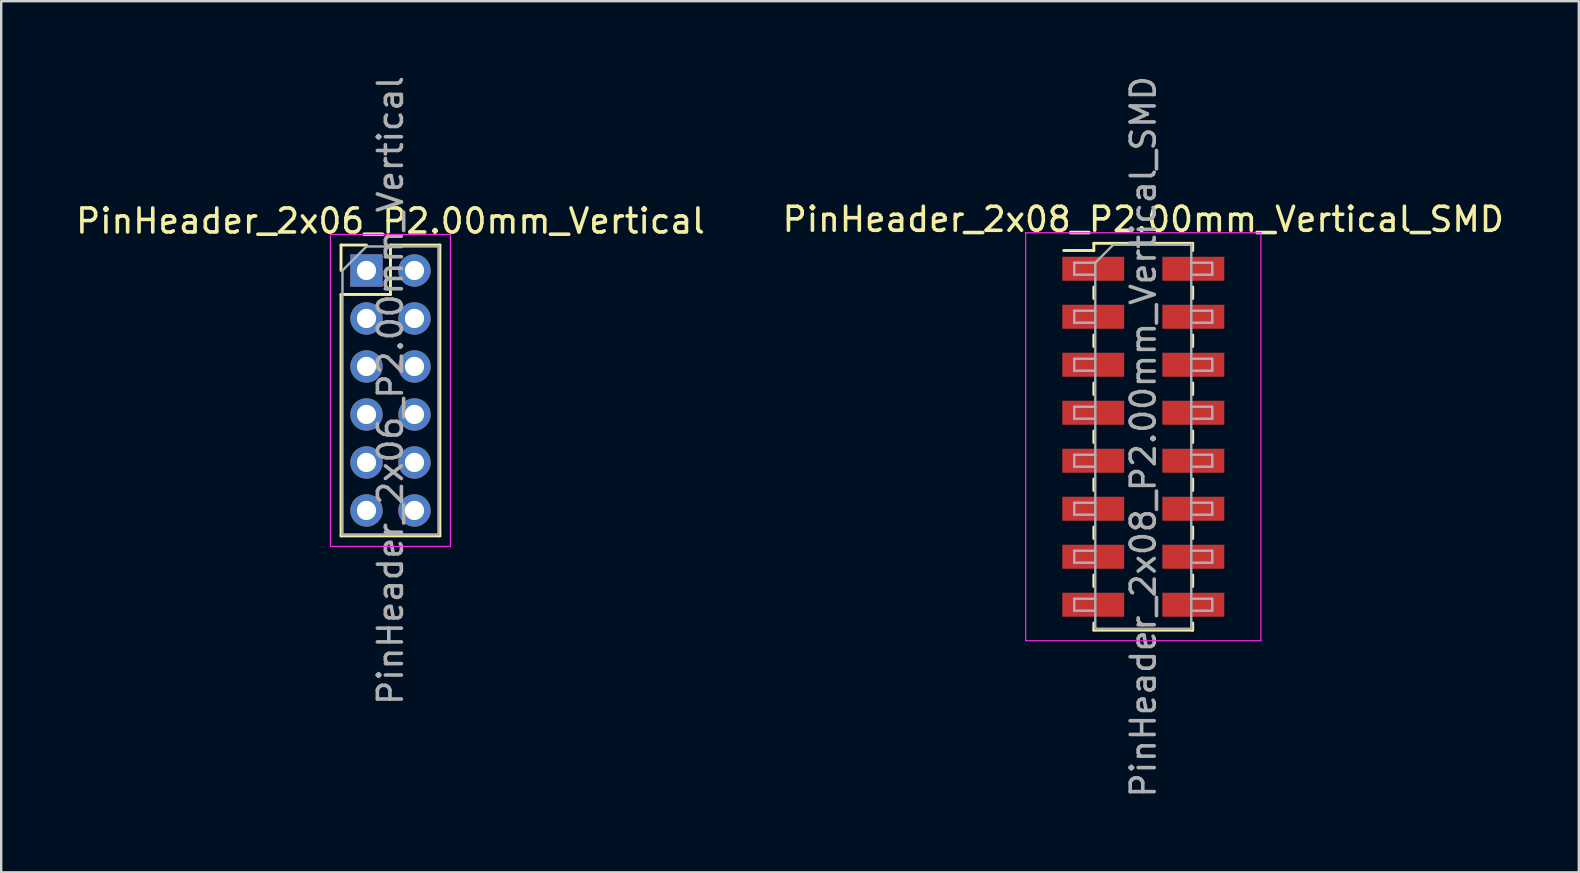
<source format=kicad_pcb>
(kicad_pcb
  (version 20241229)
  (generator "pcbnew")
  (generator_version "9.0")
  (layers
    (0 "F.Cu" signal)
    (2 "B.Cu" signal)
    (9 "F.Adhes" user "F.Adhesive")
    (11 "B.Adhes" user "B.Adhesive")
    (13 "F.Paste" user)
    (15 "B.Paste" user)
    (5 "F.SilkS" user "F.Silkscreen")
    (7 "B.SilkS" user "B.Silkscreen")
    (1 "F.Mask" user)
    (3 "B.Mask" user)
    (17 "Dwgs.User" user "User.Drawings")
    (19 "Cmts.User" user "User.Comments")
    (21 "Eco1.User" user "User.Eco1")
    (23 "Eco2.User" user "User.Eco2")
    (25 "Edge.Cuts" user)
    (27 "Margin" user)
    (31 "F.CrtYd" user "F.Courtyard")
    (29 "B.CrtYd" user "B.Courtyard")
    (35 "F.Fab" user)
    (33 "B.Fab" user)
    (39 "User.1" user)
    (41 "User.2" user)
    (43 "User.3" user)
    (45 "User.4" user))
  (footprint "PinHeader_2x06_P2.00mm_Vertical"
    (layer "F.Cu")
    (at 12.22 8.22)
    (property "Reference" "PinHeader_2x06_P2.00mm_Vertical" (at 1 -2.06 0) (layer "F.SilkS") (effects (font (size 1 1) (thickness 0.15))))
    (attr through_hole)
    (fp_line (start -1.06 -1.06) (end 0 -1.06) (stroke (width 0.12) (type solid)) (layer "F.SilkS"))
    (fp_line (start -1.06 0) (end -1.06 -1.06) (stroke (width 0.12) (type solid)) (layer "F.SilkS"))
    (fp_line (start -1.06 1) (end -1.06 11.06) (stroke (width 0.12) (type solid)) (layer "F.SilkS"))
    (fp_line (start -1.06 1) (end 1 1) (stroke (width 0.12) (type solid)) (layer "F.SilkS"))
    (fp_line (start -1.06 11.06) (end 3.06 11.06) (stroke (width 0.12) (type solid)) (layer "F.SilkS"))
    (fp_line (start 1 -1.06) (end 3.06 -1.06) (stroke (width 0.12) (type solid)) (layer "F.SilkS"))
    (fp_line (start 1 1) (end 1 -1.06) (stroke (width 0.12) (type solid)) (layer "F.SilkS"))
    (fp_line (start 3.06 -1.06) (end 3.06 11.06) (stroke (width 0.12) (type solid)) (layer "F.SilkS"))
    (fp_line (start -1.5 -1.5) (end -1.5 11.5) (stroke (width 0.05) (type solid)) (layer "F.CrtYd"))
    (fp_line (start -1.5 11.5) (end 3.5 11.5) (stroke (width 0.05) (type solid)) (layer "F.CrtYd"))
    (fp_line (start 3.5 -1.5) (end -1.5 -1.5) (stroke (width 0.05) (type solid)) (layer "F.CrtYd"))
    (fp_line (start 3.5 11.5) (end 3.5 -1.5) (stroke (width 0.05) (type solid)) (layer "F.CrtYd"))
    (fp_line (start -1 0) (end 0 -1) (stroke (width 0.1) (type solid)) (layer "F.Fab"))
    (fp_line (start -1 11) (end -1 0) (stroke (width 0.1) (type solid)) (layer "F.Fab"))
    (fp_line (start 0 -1) (end 3 -1) (stroke (width 0.1) (type solid)) (layer "F.Fab"))
    (fp_line (start 3 -1) (end 3 11) (stroke (width 0.1) (type solid)) (layer "F.Fab"))
    (fp_line (start 3 11) (end -1 11) (stroke (width 0.1) (type solid)) (layer "F.Fab"))
    (fp_text user "${REFERENCE}" (at 1 5 90) (layer "F.Fab") (effects (font (size 1 1) (thickness 0.15))))
    (pad "1" thru_hole rect (at 0 0) (size 1.35 1.35) (drill 0.8) (layers "*.Cu" "*.Mask"))
    (pad "2" thru_hole oval (at 2 0) (size 1.35 1.35) (drill 0.8) (layers "*.Cu" "*.Mask"))
    (pad "3" thru_hole oval (at 0 2) (size 1.35 1.35) (drill 0.8) (layers "*.Cu" "*.Mask"))
    (pad "4" thru_hole oval (at 2 2) (size 1.35 1.35) (drill 0.8) (layers "*.Cu" "*.Mask"))
    (pad "5" thru_hole oval (at 0 4) (size 1.35 1.35) (drill 0.8) (layers "*.Cu" "*.Mask"))
    (pad "6" thru_hole oval (at 2 4) (size 1.35 1.35) (drill 0.8) (layers "*.Cu" "*.Mask"))
    (pad "7" thru_hole oval (at 0 6) (size 1.35 1.35) (drill 0.8) (layers "*.Cu" "*.Mask"))
    (pad "8" thru_hole oval (at 2 6) (size 1.35 1.35) (drill 0.8) (layers "*.Cu" "*.Mask"))
    (pad "9" thru_hole oval (at 0 8) (size 1.35 1.35) (drill 0.8) (layers "*.Cu" "*.Mask"))
    (pad "10" thru_hole oval (at 2 8) (size 1.35 1.35) (drill 0.8) (layers "*.Cu" "*.Mask"))
    (pad "11" thru_hole oval (at 0 10) (size 1.35 1.35) (drill 0.8) (layers "*.Cu" "*.Mask"))
    (pad "12" thru_hole oval (at 2 10) (size 1.35 1.35) (drill 0.8) (layers "*.Cu" "*.Mask")))
  (footprint "PinHeader_2x08_P2.00mm_Vertical_SMD"
    (layer "F.Cu")
    (at 44.589 15.149)
    (property "Reference" "PinHeader_2x08_P2.00mm_Vertical_SMD" (at 0 -9.06 0) (layer "F.SilkS") (effects (font (size 1 1) (thickness 0.15))))
    (attr smd)
    (fp_line (start -3.315 -7.76) (end -2.06 -7.76) (stroke (width 0.12) (type solid)) (layer "F.SilkS"))
    (fp_line (start -2.06 -8.06) (end -2.06 -7.76) (stroke (width 0.12) (type solid)) (layer "F.SilkS"))
    (fp_line (start -2.06 -8.06) (end 2.06 -8.06) (stroke (width 0.12) (type solid)) (layer "F.SilkS"))
    (fp_line (start -2.06 -6.24) (end -2.06 -5.76) (stroke (width 0.12) (type solid)) (layer "F.SilkS"))
    (fp_line (start -2.06 -4.24) (end -2.06 -3.76) (stroke (width 0.12) (type solid)) (layer "F.SilkS"))
    (fp_line (start -2.06 -2.24) (end -2.06 -1.76) (stroke (width 0.12) (type solid)) (layer "F.SilkS"))
    (fp_line (start -2.06 -0.24) (end -2.06 0.24) (stroke (width 0.12) (type solid)) (layer "F.SilkS"))
    (fp_line (start -2.06 1.76) (end -2.06 2.24) (stroke (width 0.12) (type solid)) (layer "F.SilkS"))
    (fp_line (start -2.06 3.76) (end -2.06 4.24) (stroke (width 0.12) (type solid)) (layer "F.SilkS"))
    (fp_line (start -2.06 5.76) (end -2.06 6.24) (stroke (width 0.12) (type solid)) (layer "F.SilkS"))
    (fp_line (start -2.06 7.76) (end -2.06 8.06) (stroke (width 0.12) (type solid)) (layer "F.SilkS"))
    (fp_line (start -2.06 8.06) (end 2.06 8.06) (stroke (width 0.12) (type solid)) (layer "F.SilkS"))
    (fp_line (start 2.06 -8.06) (end 2.06 -7.76) (stroke (width 0.12) (type solid)) (layer "F.SilkS"))
    (fp_line (start 2.06 -6.24) (end 2.06 -5.76) (stroke (width 0.12) (type solid)) (layer "F.SilkS"))
    (fp_line (start 2.06 -4.24) (end 2.06 -3.76) (stroke (width 0.12) (type solid)) (layer "F.SilkS"))
    (fp_line (start 2.06 -2.24) (end 2.06 -1.76) (stroke (width 0.12) (type solid)) (layer "F.SilkS"))
    (fp_line (start 2.06 -0.24) (end 2.06 0.24) (stroke (width 0.12) (type solid)) (layer "F.SilkS"))
    (fp_line (start 2.06 1.76) (end 2.06 2.24) (stroke (width 0.12) (type solid)) (layer "F.SilkS"))
    (fp_line (start 2.06 3.76) (end 2.06 4.24) (stroke (width 0.12) (type solid)) (layer "F.SilkS"))
    (fp_line (start 2.06 5.76) (end 2.06 6.24) (stroke (width 0.12) (type solid)) (layer "F.SilkS"))
    (fp_line (start 2.06 7.76) (end 2.06 8.06) (stroke (width 0.12) (type solid)) (layer "F.SilkS"))
    (fp_line (start -4.9 -8.5) (end -4.9 8.5) (stroke (width 0.05) (type solid)) (layer "F.CrtYd"))
    (fp_line (start -4.9 8.5) (end 4.9 8.5) (stroke (width 0.05) (type solid)) (layer "F.CrtYd"))
    (fp_line (start 4.9 -8.5) (end -4.9 -8.5) (stroke (width 0.05) (type solid)) (layer "F.CrtYd"))
    (fp_line (start 4.9 8.5) (end 4.9 -8.5) (stroke (width 0.05) (type solid)) (layer "F.CrtYd"))
    (fp_line (start -2.875 -7.25) (end -2.875 -6.75) (stroke (width 0.1) (type solid)) (layer "F.Fab"))
    (fp_line (start -2.875 -6.75) (end -2 -6.75) (stroke (width 0.1) (type solid)) (layer "F.Fab"))
    (fp_line (start -2.875 -5.25) (end -2.875 -4.75) (stroke (width 0.1) (type solid)) (layer "F.Fab"))
    (fp_line (start -2.875 -4.75) (end -2 -4.75) (stroke (width 0.1) (type solid)) (layer "F.Fab"))
    (fp_line (start -2.875 -3.25) (end -2.875 -2.75) (stroke (width 0.1) (type solid)) (layer "F.Fab"))
    (fp_line (start -2.875 -2.75) (end -2 -2.75) (stroke (width 0.1) (type solid)) (layer "F.Fab"))
    (fp_line (start -2.875 -1.25) (end -2.875 -0.75) (stroke (width 0.1) (type solid)) (layer "F.Fab"))
    (fp_line (start -2.875 -0.75) (end -2 -0.75) (stroke (width 0.1) (type solid)) (layer "F.Fab"))
    (fp_line (start -2.875 0.75) (end -2.875 1.25) (stroke (width 0.1) (type solid)) (layer "F.Fab"))
    (fp_line (start -2.875 1.25) (end -2 1.25) (stroke (width 0.1) (type solid)) (layer "F.Fab"))
    (fp_line (start -2.875 2.75) (end -2.875 3.25) (stroke (width 0.1) (type solid)) (layer "F.Fab"))
    (fp_line (start -2.875 3.25) (end -2 3.25) (stroke (width 0.1) (type solid)) (layer "F.Fab"))
    (fp_line (start -2.875 4.75) (end -2.875 5.25) (stroke (width 0.1) (type solid)) (layer "F.Fab"))
    (fp_line (start -2.875 5.25) (end -2 5.25) (stroke (width 0.1) (type solid)) (layer "F.Fab"))
    (fp_line (start -2.875 6.75) (end -2.875 7.25) (stroke (width 0.1) (type solid)) (layer "F.Fab"))
    (fp_line (start -2.875 7.25) (end -2 7.25) (stroke (width 0.1) (type solid)) (layer "F.Fab"))
    (fp_line (start -2 -7.25) (end -2.875 -7.25) (stroke (width 0.1) (type solid)) (layer "F.Fab"))
    (fp_line (start -2 -7.25) (end -1.25 -8) (stroke (width 0.1) (type solid)) (layer "F.Fab"))
    (fp_line (start -2 -5.25) (end -2.875 -5.25) (stroke (width 0.1) (type solid)) (layer "F.Fab"))
    (fp_line (start -2 -3.25) (end -2.875 -3.25) (stroke (width 0.1) (type solid)) (layer "F.Fab"))
    (fp_line (start -2 -1.25) (end -2.875 -1.25) (stroke (width 0.1) (type solid)) (layer "F.Fab"))
    (fp_line (start -2 0.75) (end -2.875 0.75) (stroke (width 0.1) (type solid)) (layer "F.Fab"))
    (fp_line (start -2 2.75) (end -2.875 2.75) (stroke (width 0.1) (type solid)) (layer "F.Fab"))
    (fp_line (start -2 4.75) (end -2.875 4.75) (stroke (width 0.1) (type solid)) (layer "F.Fab"))
    (fp_line (start -2 6.75) (end -2.875 6.75) (stroke (width 0.1) (type solid)) (layer "F.Fab"))
    (fp_line (start -2 8) (end -2 -7.25) (stroke (width 0.1) (type solid)) (layer "F.Fab"))
    (fp_line (start -1.25 -8) (end 2 -8) (stroke (width 0.1) (type solid)) (layer "F.Fab"))
    (fp_line (start 2 -8) (end 2 8) (stroke (width 0.1) (type solid)) (layer "F.Fab"))
    (fp_line (start 2 -7.25) (end 2.875 -7.25) (stroke (width 0.1) (type solid)) (layer "F.Fab"))
    (fp_line (start 2 -5.25) (end 2.875 -5.25) (stroke (width 0.1) (type solid)) (layer "F.Fab"))
    (fp_line (start 2 -3.25) (end 2.875 -3.25) (stroke (width 0.1) (type solid)) (layer "F.Fab"))
    (fp_line (start 2 -1.25) (end 2.875 -1.25) (stroke (width 0.1) (type solid)) (layer "F.Fab"))
    (fp_line (start 2 0.75) (end 2.875 0.75) (stroke (width 0.1) (type solid)) (layer "F.Fab"))
    (fp_line (start 2 2.75) (end 2.875 2.75) (stroke (width 0.1) (type solid)) (layer "F.Fab"))
    (fp_line (start 2 4.75) (end 2.875 4.75) (stroke (width 0.1) (type solid)) (layer "F.Fab"))
    (fp_line (start 2 6.75) (end 2.875 6.75) (stroke (width 0.1) (type solid)) (layer "F.Fab"))
    (fp_line (start 2 8) (end -2 8) (stroke (width 0.1) (type solid)) (layer "F.Fab"))
    (fp_line (start 2.875 -7.25) (end 2.875 -6.75) (stroke (width 0.1) (type solid)) (layer "F.Fab"))
    (fp_line (start 2.875 -6.75) (end 2 -6.75) (stroke (width 0.1) (type solid)) (layer "F.Fab"))
    (fp_line (start 2.875 -5.25) (end 2.875 -4.75) (stroke (width 0.1) (type solid)) (layer "F.Fab"))
    (fp_line (start 2.875 -4.75) (end 2 -4.75) (stroke (width 0.1) (type solid)) (layer "F.Fab"))
    (fp_line (start 2.875 -3.25) (end 2.875 -2.75) (stroke (width 0.1) (type solid)) (layer "F.Fab"))
    (fp_line (start 2.875 -2.75) (end 2 -2.75) (stroke (width 0.1) (type solid)) (layer "F.Fab"))
    (fp_line (start 2.875 -1.25) (end 2.875 -0.75) (stroke (width 0.1) (type solid)) (layer "F.Fab"))
    (fp_line (start 2.875 -0.75) (end 2 -0.75) (stroke (width 0.1) (type solid)) (layer "F.Fab"))
    (fp_line (start 2.875 0.75) (end 2.875 1.25) (stroke (width 0.1) (type solid)) (layer "F.Fab"))
    (fp_line (start 2.875 1.25) (end 2 1.25) (stroke (width 0.1) (type solid)) (layer "F.Fab"))
    (fp_line (start 2.875 2.75) (end 2.875 3.25) (stroke (width 0.1) (type solid)) (layer "F.Fab"))
    (fp_line (start 2.875 3.25) (end 2 3.25) (stroke (width 0.1) (type solid)) (layer "F.Fab"))
    (fp_line (start 2.875 4.75) (end 2.875 5.25) (stroke (width 0.1) (type solid)) (layer "F.Fab"))
    (fp_line (start 2.875 5.25) (end 2 5.25) (stroke (width 0.1) (type solid)) (layer "F.Fab"))
    (fp_line (start 2.875 6.75) (end 2.875 7.25) (stroke (width 0.1) (type solid)) (layer "F.Fab"))
    (fp_line (start 2.875 7.25) (end 2 7.25) (stroke (width 0.1) (type solid)) (layer "F.Fab"))
    (fp_text user "${REFERENCE}" (at 0 0 90) (layer "F.Fab") (effects (font (size 1 1) (thickness 0.15))))
    (pad "1" smd rect (at -2.085 -7) (size 2.58 1) (layers "F.Cu" "F.Mask" "F.Paste"))
    (pad "2" smd rect (at 2.085 -7) (size 2.58 1) (layers "F.Cu" "F.Mask" "F.Paste"))
    (pad "3" smd rect (at -2.085 -5) (size 2.58 1) (layers "F.Cu" "F.Mask" "F.Paste"))
    (pad "4" smd rect (at 2.085 -5) (size 2.58 1) (layers "F.Cu" "F.Mask" "F.Paste"))
    (pad "5" smd rect (at -2.085 -3) (size 2.58 1) (layers "F.Cu" "F.Mask" "F.Paste"))
    (pad "6" smd rect (at 2.085 -3) (size 2.58 1) (layers "F.Cu" "F.Mask" "F.Paste"))
    (pad "7" smd rect (at -2.085 -1) (size 2.58 1) (layers "F.Cu" "F.Mask" "F.Paste"))
    (pad "8" smd rect (at 2.085 -1) (size 2.58 1) (layers "F.Cu" "F.Mask" "F.Paste"))
    (pad "9" smd rect (at -2.085 1) (size 2.58 1) (layers "F.Cu" "F.Mask" "F.Paste"))
    (pad "10" smd rect (at 2.085 1) (size 2.58 1) (layers "F.Cu" "F.Mask" "F.Paste"))
    (pad "11" smd rect (at -2.085 3) (size 2.58 1) (layers "F.Cu" "F.Mask" "F.Paste"))
    (pad "12" smd rect (at 2.085 3) (size 2.58 1) (layers "F.Cu" "F.Mask" "F.Paste"))
    (pad "13" smd rect (at -2.085 5) (size 2.58 1) (layers "F.Cu" "F.Mask" "F.Paste"))
    (pad "14" smd rect (at 2.085 5) (size 2.58 1) (layers "F.Cu" "F.Mask" "F.Paste"))
    (pad "15" smd rect (at -2.085 7) (size 2.58 1) (layers "F.Cu" "F.Mask" "F.Paste"))
    (pad "16" smd rect (at 2.085 7) (size 2.58 1) (layers "F.Cu" "F.Mask" "F.Paste")))
  (gr_rect
    (start -3 -3)
    (end 62.738 33.298)
    (stroke (width 0.1) (type default))
    (fill no)
    (layer "Edge.Cuts")))
</source>
